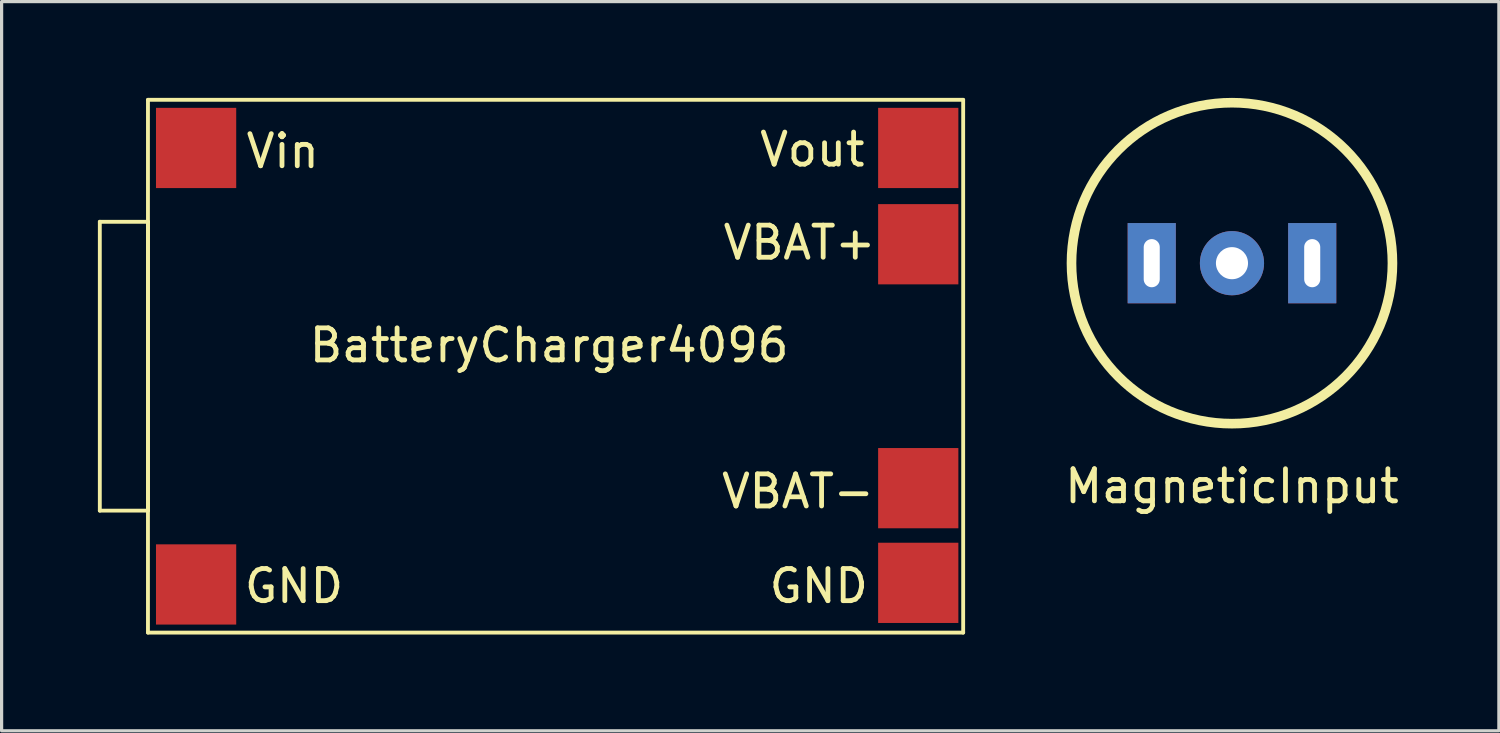
<source format=kicad_pcb>
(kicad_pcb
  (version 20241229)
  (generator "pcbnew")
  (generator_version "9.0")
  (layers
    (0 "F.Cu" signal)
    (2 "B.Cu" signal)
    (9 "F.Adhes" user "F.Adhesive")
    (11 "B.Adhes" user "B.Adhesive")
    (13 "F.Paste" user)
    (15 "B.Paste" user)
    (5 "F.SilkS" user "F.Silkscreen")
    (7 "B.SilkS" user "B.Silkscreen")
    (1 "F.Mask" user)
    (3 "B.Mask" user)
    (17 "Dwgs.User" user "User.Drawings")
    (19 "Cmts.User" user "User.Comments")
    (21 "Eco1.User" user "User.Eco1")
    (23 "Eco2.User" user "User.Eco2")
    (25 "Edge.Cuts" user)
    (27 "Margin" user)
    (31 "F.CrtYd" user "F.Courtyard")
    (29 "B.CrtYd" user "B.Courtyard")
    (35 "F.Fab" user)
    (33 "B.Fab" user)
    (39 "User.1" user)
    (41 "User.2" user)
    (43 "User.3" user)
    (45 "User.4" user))
  (footprint "MagneticInput"
    (layer "F.Cu")
    (at 35.335 5.15)
    (property "Reference" "MagneticInput" (at 0 6.95 0) (unlocked yes) (layer "F.SilkS") (effects (font (size 1 1) (thickness 0.15))))
    (attr through_hole)
    (fp_circle (center 0 0) (end 5 0) (stroke (width 0.3) (type solid)) (fill no) (layer "F.SilkS"))
    (pad "1" thru_hole circle (at 0 0 90) (size 2 2) (drill 1) (layers "*.Cu" "*.Mask"))
    (pad "2" thru_hole rect (at -2.5 0 90) (size 2.5 1.5) (drill oval 1.5 0.5) (layers "*.Cu" "*.Mask"))
    (pad "3" thru_hole rect (at 2.5 0 90) (size 2.5 1.5) (drill oval 1.5 0.5) (layers "*.Cu" "*.Mask")))
  (footprint "BatteryCharger4096"
    (layer "F.Cu")
    (at 25.56 8.36)
    (property "Reference" "BatteryCharger4096" (at -11.5 -0.65 0) (unlocked yes) (layer "F.SilkS") (effects (font (size 1 1) (thickness 0.15))))
    (attr smd)
    (fp_line (start -25.5 -4.5) (end -25.5 4.5) (stroke (width 0.12) (type solid)) (layer "F.SilkS"))
    (fp_line (start -25.5 4.5) (end -24 4.5) (stroke (width 0.12) (type solid)) (layer "F.SilkS"))
    (fp_line (start -24 -8.3) (end -24 8.3) (stroke (width 0.12) (type solid)) (layer "F.SilkS"))
    (fp_line (start -24 -4.5) (end -25.5 -4.5) (stroke (width 0.12) (type solid)) (layer "F.SilkS"))
    (fp_line (start -24 4.5) (end -24 -4.5) (stroke (width 0.12) (type solid)) (layer "F.SilkS"))
    (fp_line (start -24 8.3) (end 1.4 8.3) (stroke (width 0.12) (type solid)) (layer "F.SilkS"))
    (fp_line (start 1.4 -8.3) (end -24 -8.3) (stroke (width 0.12) (type solid)) (layer "F.SilkS"))
    (fp_line (start 1.4 8.3) (end 1.4 -8.3) (stroke (width 0.12) (type solid)) (layer "F.SilkS"))
    (fp_text user "VBAT+" (at -3.7 -3.85 0) (unlocked yes) (layer "F.SilkS") (effects (font (size 1 1) (thickness 0.15))))
    (fp_text user "GND" (at -19.45 6.85 0) (unlocked yes) (layer "F.SilkS") (effects (font (size 1 1) (thickness 0.15))))
    (fp_text user "Vin" (at -19.8 -6.7 0) (unlocked yes) (layer "F.SilkS") (effects (font (size 1 1) (thickness 0.15))))
    (fp_text user "VBAT-" (at -3.75 3.9 0) (unlocked yes) (layer "F.SilkS") (effects (font (size 1 1) (thickness 0.15))))
    (fp_text user "GND" (at -3.1 6.85 0) (unlocked yes) (layer "F.SilkS") (effects (font (size 1 1) (thickness 0.15))))
    (fp_text user "Vout" (at -3.3 -6.75 0) (unlocked yes) (layer "F.SilkS") (effects (font (size 1 1) (thickness 0.15))))
    (pad "1" smd rect (at -22.5 -6.8) (size 2.5 2.5) (layers "F.Cu" "F.Mask" "F.Paste"))
    (pad "2" smd rect (at -22.5 6.8) (size 2.5 2.5) (layers "F.Cu" "F.Mask" "F.Paste"))
    (pad "3" smd rect (at 0 -6.8) (size 2.5 2.5) (layers "F.Cu" "F.Mask" "F.Paste"))
    (pad "4" smd rect (at 0 6.75) (size 2.5 2.5) (layers "F.Cu" "F.Mask" "F.Paste"))
    (pad "5" smd rect (at 0 -3.8) (size 2.5 2.5) (layers "F.Cu" "F.Mask" "F.Paste"))
    (pad "6" smd rect (at 0 3.8) (size 2.5 2.5) (layers "F.Cu" "F.Mask" "F.Paste")))
  (gr_rect
    (start -3 -3)
    (end 43.651 19.72)
    (stroke (width 0.1) (type default))
    (fill no)
    (layer "Edge.Cuts")))
</source>
